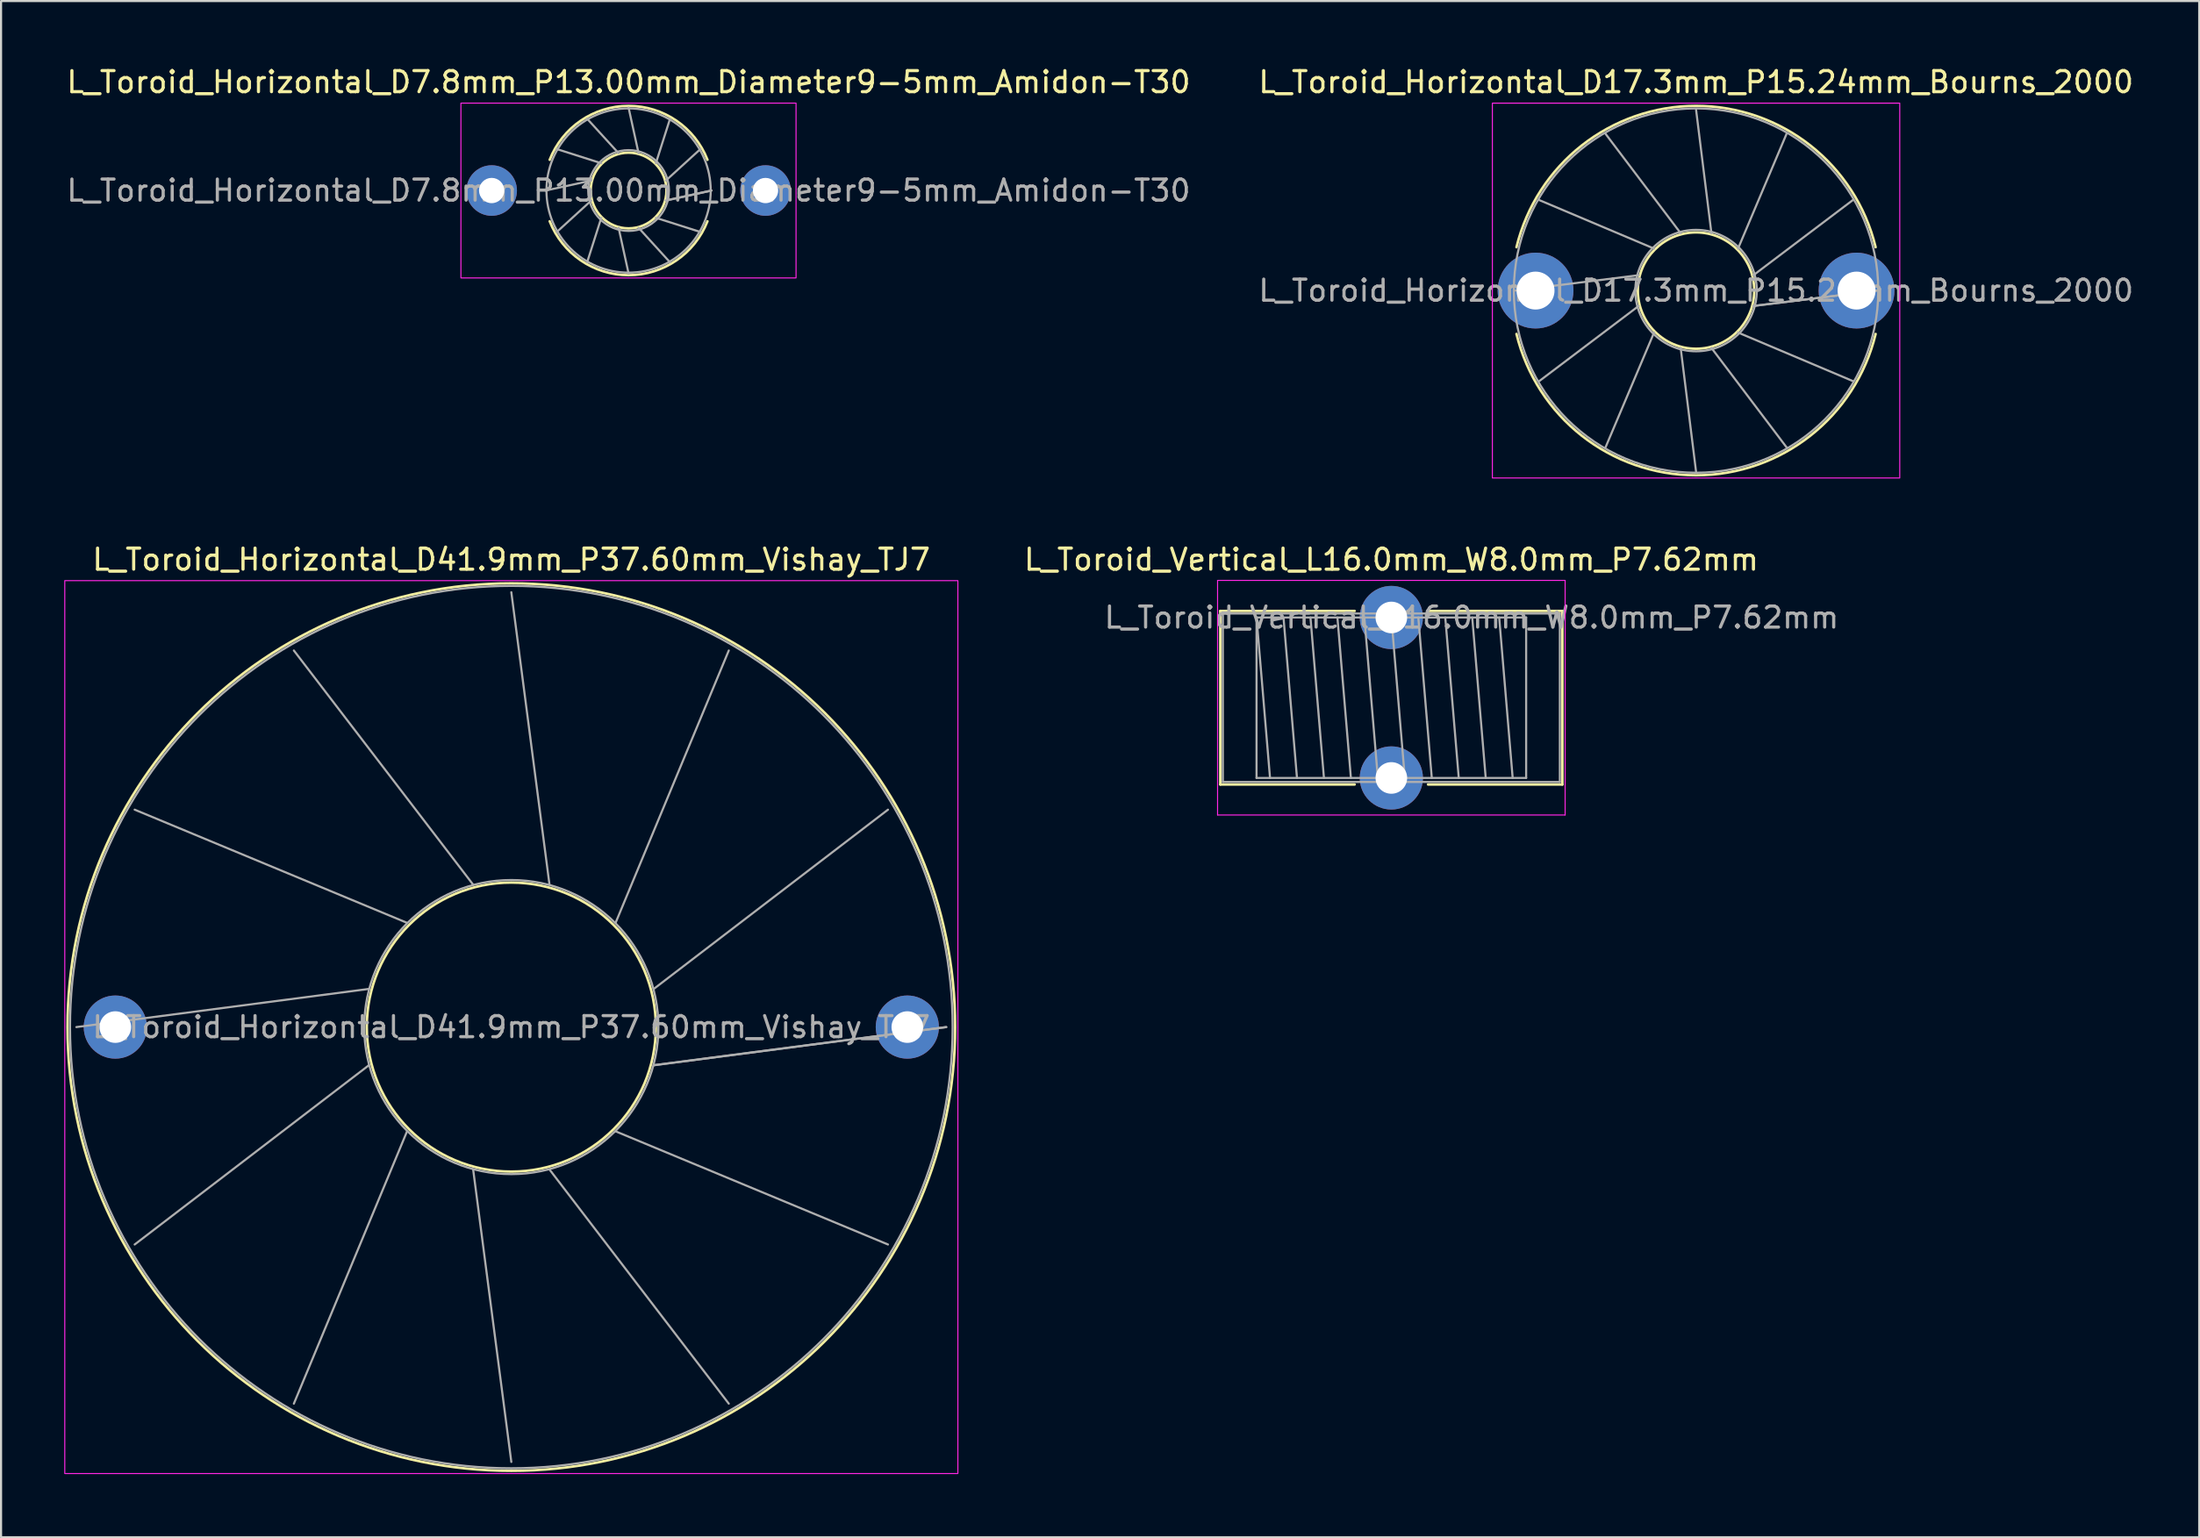
<source format=kicad_pcb>
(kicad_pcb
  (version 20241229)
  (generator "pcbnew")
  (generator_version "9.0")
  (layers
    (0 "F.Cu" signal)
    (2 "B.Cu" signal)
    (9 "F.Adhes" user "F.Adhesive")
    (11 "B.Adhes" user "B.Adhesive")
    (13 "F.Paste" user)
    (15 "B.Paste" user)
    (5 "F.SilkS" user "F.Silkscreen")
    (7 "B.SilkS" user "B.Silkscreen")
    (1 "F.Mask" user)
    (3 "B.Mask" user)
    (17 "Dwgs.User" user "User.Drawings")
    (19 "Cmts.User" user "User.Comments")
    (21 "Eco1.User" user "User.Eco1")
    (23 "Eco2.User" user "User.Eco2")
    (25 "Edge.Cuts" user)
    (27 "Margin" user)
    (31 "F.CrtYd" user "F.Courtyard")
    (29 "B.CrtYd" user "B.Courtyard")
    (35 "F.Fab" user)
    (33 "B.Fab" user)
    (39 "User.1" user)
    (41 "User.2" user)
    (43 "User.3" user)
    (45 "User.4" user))
  (footprint "L_Toroid_Horizontal_D7.8mm_P13.00mm_Diameter9-5mm_Amidon-T30"
    (layer "F.Cu")
    (at 20.292 5.997)
    (property "Reference" "L_Toroid_Horizontal_D7.8mm_P13.00mm_Diameter9-5mm_Amidon-T30" (at 6.5 -5.149 0) (layer "F.SilkS") (effects (font (size 1 1) (thickness 0.15))))
    (attr through_hole)
    (fp_arc (start 2.755677 -1.46) (mid 6.5 -4.0189) (end 10.244323 -1.46) (stroke (width 0.12) (type solid)) (layer "F.SilkS"))
    (fp_arc (start 10.244323 1.46) (mid 6.5 4.0189) (end 2.755677 1.46) (stroke (width 0.12) (type solid)) (layer "F.SilkS"))
    (fp_circle (center 6.5 0) (end 8.298 0) (stroke (width 0.12) (type solid)) (fill no) (layer "F.SilkS"))
    (fp_rect (start -1.46 -4.15) (end 14.45 4.15) (stroke (width 0.05) (type solid)) (fill no) (layer "F.CrtYd"))
    (fp_line (start 2.561 0.000365) (end 4.729 -0.474) (stroke (width 0.1) (type solid)) (layer "F.Fab"))
    (fp_line (start 3.089 -1.969) (end 5.203 -1.296) (stroke (width 0.1) (type solid)) (layer "F.Fab"))
    (fp_line (start 3.089 1.97) (end 4.729 0.475) (stroke (width 0.1) (type solid)) (layer "F.Fab"))
    (fp_line (start 4.53 -3.411) (end 6.025 -1.771) (stroke (width 0.1) (type solid)) (layer "F.Fab"))
    (fp_line (start 4.531 3.411) (end 5.204 1.297) (stroke (width 0.1) (type solid)) (layer "F.Fab"))
    (fp_line (start 6.499 -3.939) (end 6.974 -1.771) (stroke (width 0.1) (type solid)) (layer "F.Fab"))
    (fp_line (start 6.5 3.939) (end 6.026 1.771) (stroke (width 0.1) (type solid)) (layer "F.Fab"))
    (fp_line (start 8.469 -3.411) (end 7.796 -1.297) (stroke (width 0.1) (type solid)) (layer "F.Fab"))
    (fp_line (start 8.469 3.411) (end 6.975 1.771) (stroke (width 0.1) (type solid)) (layer "F.Fab"))
    (fp_line (start 9.911 -1.97) (end 8.271 -0.475) (stroke (width 0.1) (type solid)) (layer "F.Fab"))
    (fp_line (start 9.911 1.969) (end 7.797 1.297) (stroke (width 0.1) (type solid)) (layer "F.Fab"))
    (fp_line (start 10.439 -0.001) (end 8.271 0.474) (stroke (width 0.1) (type solid)) (layer "F.Fab"))
    (fp_line (start 10.439 0) (end 8.271 0.475) (stroke (width 0.1) (type solid)) (layer "F.Fab"))
    (fp_circle (center 6.5 0) (end 8.418 0) (stroke (width 0.1) (type solid)) (fill no) (layer "F.Fab"))
    (fp_circle (center 6.5 0) (end 10.399 0) (stroke (width 0.1) (type solid)) (fill no) (layer "F.Fab"))
    (fp_text user "${REFERENCE}" (at 6.5 0 0) (layer "F.Fab") (effects (font (size 1 1) (thickness 0.15))))
    (pad "1" thru_hole circle (at 0 0) (size 2.4 2.4) (drill 1.2) (layers "*.Cu" "*.Mask"))
    (pad "2" thru_hole circle (at 13 0) (size 2.4 2.4) (drill 1.2) (layers "*.Cu" "*.Mask")))
  (footprint "L_Toroid_Horizontal_D17.3mm_P15.24mm_Bourns_2000"
    (layer "F.Cu")
    (at 69.85 10.748)
    (property "Reference" "L_Toroid_Horizontal_D17.3mm_P15.24mm_Bourns_2000" (at 7.62 -9.9 0) (layer "F.SilkS") (effects (font (size 1 1) (thickness 0.15))))
    (attr through_hole)
    (fp_arc (start -0.904629 -2.06) (mid 7.62 -8.77) (end 16.144629 -2.06) (stroke (width 0.12) (type solid)) (layer "F.SilkS"))
    (fp_arc (start 16.144629 2.06) (mid 7.62 8.77) (end -0.904629 2.06) (stroke (width 0.12) (type solid)) (layer "F.SilkS"))
    (fp_circle (center 7.62 0) (end 10.383 0) (stroke (width 0.12) (type solid)) (fill no) (layer "F.SilkS"))
    (fp_rect (start -2.05 -8.9) (end 17.29 8.9) (stroke (width 0.05) (type solid)) (fill no) (layer "F.CrtYd"))
    (fp_line (start -0.975 0) (end 4.897 -0.73) (stroke (width 0.1) (type solid)) (layer "F.Fab"))
    (fp_line (start 0.177 -4.297) (end 5.627 -1.993) (stroke (width 0.1) (type solid)) (layer "F.Fab"))
    (fp_line (start 0.177 4.297) (end 4.897 0.73) (stroke (width 0.1) (type solid)) (layer "F.Fab"))
    (fp_line (start 3.323 -7.443) (end 6.89 -2.723) (stroke (width 0.1) (type solid)) (layer "F.Fab"))
    (fp_line (start 3.323 7.443) (end 5.627 1.993) (stroke (width 0.1) (type solid)) (layer "F.Fab"))
    (fp_line (start 7.62 -8.595) (end 8.35 -2.723) (stroke (width 0.1) (type solid)) (layer "F.Fab"))
    (fp_line (start 7.62 8.595) (end 6.89 2.723) (stroke (width 0.1) (type solid)) (layer "F.Fab"))
    (fp_line (start 11.917 -7.443) (end 9.613 -1.993) (stroke (width 0.1) (type solid)) (layer "F.Fab"))
    (fp_line (start 11.917 7.443) (end 8.35 2.723) (stroke (width 0.1) (type solid)) (layer "F.Fab"))
    (fp_line (start 15.063 -4.297) (end 10.343 -0.73) (stroke (width 0.1) (type solid)) (layer "F.Fab"))
    (fp_line (start 15.063 4.297) (end 9.613 1.993) (stroke (width 0.1) (type solid)) (layer "F.Fab"))
    (fp_line (start 16.215 0) (end 10.343 0.73) (stroke (width 0.1) (type solid)) (layer "F.Fab"))
    (fp_line (start 16.215 0) (end 10.343 0.73) (stroke (width 0.1) (type solid)) (layer "F.Fab"))
    (fp_circle (center 7.62 0) (end 10.503 0) (stroke (width 0.1) (type solid)) (fill no) (layer "F.Fab"))
    (fp_circle (center 7.62 0) (end 16.27 0) (stroke (width 0.1) (type solid)) (fill no) (layer "F.Fab"))
    (fp_text user "${REFERENCE}" (at 7.62 0 0) (layer "F.Fab") (effects (font (size 1 1) (thickness 0.15))))
    (pad "1" thru_hole circle (at 0 0) (size 3.6 3.6) (drill 1.8) (layers "*.Cu" "*.Mask"))
    (pad "2" thru_hole circle (at 15.24 0) (size 3.6 3.6) (drill 1.8) (layers "*.Cu" "*.Mask")))
  (footprint "L_Toroid_Horizontal_D41.9mm_P37.60mm_Vishay_TJ7"
    (layer "F.Cu")
    (at 2.425 45.721)
    (property "Reference" "L_Toroid_Horizontal_D41.9mm_P37.60mm_Vishay_TJ7" (at 18.8 -22.2 0) (layer "F.SilkS") (effects (font (size 1 1) (thickness 0.15))))
    (attr through_hole)
    (fp_circle (center 18.8 0) (end 25.663 0) (stroke (width 0.12) (type solid)) (fill no) (layer "F.SilkS"))
    (fp_circle (center 18.8 0) (end 39.87 0) (stroke (width 0.12) (type solid)) (fill no) (layer "F.SilkS"))
    (fp_rect (start -2.4 -21.2) (end 40 21.2) (stroke (width 0.05) (type solid)) (fill no) (layer "F.CrtYd"))
    (fp_line (start -1.849 0) (end 12.038 -1.812) (stroke (width 0.1) (type solid)) (layer "F.Fab"))
    (fp_line (start 0.918 -10.324) (end 13.85 -4.95) (stroke (width 0.1) (type solid)) (layer "F.Fab"))
    (fp_line (start 0.918 10.324) (end 12.038 1.812) (stroke (width 0.1) (type solid)) (layer "F.Fab"))
    (fp_line (start 8.476 -17.882) (end 16.988 -6.762) (stroke (width 0.1) (type solid)) (layer "F.Fab"))
    (fp_line (start 8.476 17.882) (end 13.85 4.95) (stroke (width 0.1) (type solid)) (layer "F.Fab"))
    (fp_line (start 18.8 -20.649) (end 20.612 -6.762) (stroke (width 0.1) (type solid)) (layer "F.Fab"))
    (fp_line (start 18.8 20.649) (end 16.988 6.762) (stroke (width 0.1) (type solid)) (layer "F.Fab"))
    (fp_line (start 29.124 -17.882) (end 23.75 -4.95) (stroke (width 0.1) (type solid)) (layer "F.Fab"))
    (fp_line (start 29.124 17.882) (end 20.612 6.762) (stroke (width 0.1) (type solid)) (layer "F.Fab"))
    (fp_line (start 36.682 -10.324) (end 25.562 -1.812) (stroke (width 0.1) (type solid)) (layer "F.Fab"))
    (fp_line (start 36.682 10.324) (end 23.75 4.95) (stroke (width 0.1) (type solid)) (layer "F.Fab"))
    (fp_line (start 39.449 0) (end 25.562 1.812) (stroke (width 0.1) (type solid)) (layer "F.Fab"))
    (fp_line (start 39.449 0) (end 25.562 1.812) (stroke (width 0.1) (type solid)) (layer "F.Fab"))
    (fp_circle (center 18.8 0) (end 25.783 0) (stroke (width 0.1) (type solid)) (fill no) (layer "F.Fab"))
    (fp_circle (center 18.8 0) (end 39.75 0) (stroke (width 0.1) (type solid)) (fill no) (layer "F.Fab"))
    (fp_text user "${REFERENCE}" (at 18.8 0 0) (layer "F.Fab") (effects (font (size 1 1) (thickness 0.15))))
    (pad "1" thru_hole circle (at 0 0) (size 3 3) (drill 1.5) (layers "*.Cu" "*.Mask"))
    (pad "2" thru_hole circle (at 37.6 0) (size 3 3) (drill 1.5) (layers "*.Cu" "*.Mask")))
  (footprint "L_Toroid_Vertical_L16.0mm_W8.0mm_P7.62mm"
    (layer "F.Cu")
    (at 63.004 26.271)
    (property "Reference" "L_Toroid_Vertical_L16.0mm_W8.0mm_P7.62mm" (at 0 -2.75 0) (layer "F.SilkS") (effects (font (size 1 1) (thickness 0.15))))
    (attr through_hole)
    (fp_line (start -8.12 -0.31) (end -8.12 7.93) (stroke (width 0.12) (type solid)) (layer "F.SilkS"))
    (fp_line (start -8.12 -0.31) (end -1.742 -0.31) (stroke (width 0.12) (type solid)) (layer "F.SilkS"))
    (fp_line (start -8.12 7.93) (end -1.742 7.93) (stroke (width 0.12) (type solid)) (layer "F.SilkS"))
    (fp_line (start 1.742 -0.31) (end 8.12 -0.31) (stroke (width 0.12) (type solid)) (layer "F.SilkS"))
    (fp_line (start 1.742 7.93) (end 8.12 7.93) (stroke (width 0.12) (type solid)) (layer "F.SilkS"))
    (fp_line (start 8.12 -0.31) (end 8.12 7.93) (stroke (width 0.12) (type solid)) (layer "F.SilkS"))
    (fp_line (start -8.25 -1.76) (end -8.25 9.38) (stroke (width 0.05) (type solid)) (layer "F.CrtYd"))
    (fp_line (start -8.25 9.38) (end 8.25 9.38) (stroke (width 0.05) (type solid)) (layer "F.CrtYd"))
    (fp_line (start 8.25 -1.76) (end -8.25 -1.76) (stroke (width 0.05) (type solid)) (layer "F.CrtYd"))
    (fp_line (start 8.25 9.38) (end 8.25 -1.76) (stroke (width 0.05) (type solid)) (layer "F.CrtYd"))
    (fp_line (start -8 -0.19) (end -8 7.81) (stroke (width 0.1) (type solid)) (layer "F.Fab"))
    (fp_line (start -8 7.81) (end 8 7.81) (stroke (width 0.1) (type solid)) (layer "F.Fab"))
    (fp_line (start -6.4 0) (end -6.4 7.62) (stroke (width 0.1) (type solid)) (layer "F.Fab"))
    (fp_line (start -6.4 0) (end -5.76 7.62) (stroke (width 0.1) (type solid)) (layer "F.Fab"))
    (fp_line (start -6.4 7.62) (end 6.4 7.62) (stroke (width 0.1) (type solid)) (layer "F.Fab"))
    (fp_line (start -5.12 0) (end -4.48 7.62) (stroke (width 0.1) (type solid)) (layer "F.Fab"))
    (fp_line (start -3.84 0) (end -3.2 7.62) (stroke (width 0.1) (type solid)) (layer "F.Fab"))
    (fp_line (start -2.56 0) (end -1.92 7.62) (stroke (width 0.1) (type solid)) (layer "F.Fab"))
    (fp_line (start -1.28 0) (end -0.64 7.62) (stroke (width 0.1) (type solid)) (layer "F.Fab"))
    (fp_line (start 0 0) (end 0.64 7.62) (stroke (width 0.1) (type solid)) (layer "F.Fab"))
    (fp_line (start 1.28 0) (end 1.92 7.62) (stroke (width 0.1) (type solid)) (layer "F.Fab"))
    (fp_line (start 2.56 0) (end 3.2 7.62) (stroke (width 0.1) (type solid)) (layer "F.Fab"))
    (fp_line (start 3.84 0) (end 4.48 7.62) (stroke (width 0.1) (type solid)) (layer "F.Fab"))
    (fp_line (start 5.12 0) (end 5.76 7.62) (stroke (width 0.1) (type solid)) (layer "F.Fab"))
    (fp_line (start 6.4 0) (end -6.4 0) (stroke (width 0.1) (type solid)) (layer "F.Fab"))
    (fp_line (start 6.4 7.62) (end 6.4 0) (stroke (width 0.1) (type solid)) (layer "F.Fab"))
    (fp_line (start 8 -0.19) (end -8 -0.19) (stroke (width 0.1) (type solid)) (layer "F.Fab"))
    (fp_line (start 8 7.81) (end 8 -0.19) (stroke (width 0.1) (type solid)) (layer "F.Fab"))
    (fp_text user "${REFERENCE}" (at 3.81 0 0) (layer "F.Fab") (effects (font (size 1 1) (thickness 0.15))))
    (pad "1" thru_hole circle (at 0 0) (size 3 3) (drill 1.5) (layers "*.Cu" "*.Mask"))
    (pad "2" thru_hole circle (at 0 7.62) (size 3 3) (drill 1.5) (layers "*.Cu" "*.Mask")))
  (gr_rect
    (start -3 -3)
    (end 101.357 69.947)
    (stroke (width 0.1) (type default))
    (fill no)
    (layer "Edge.Cuts")))
</source>
